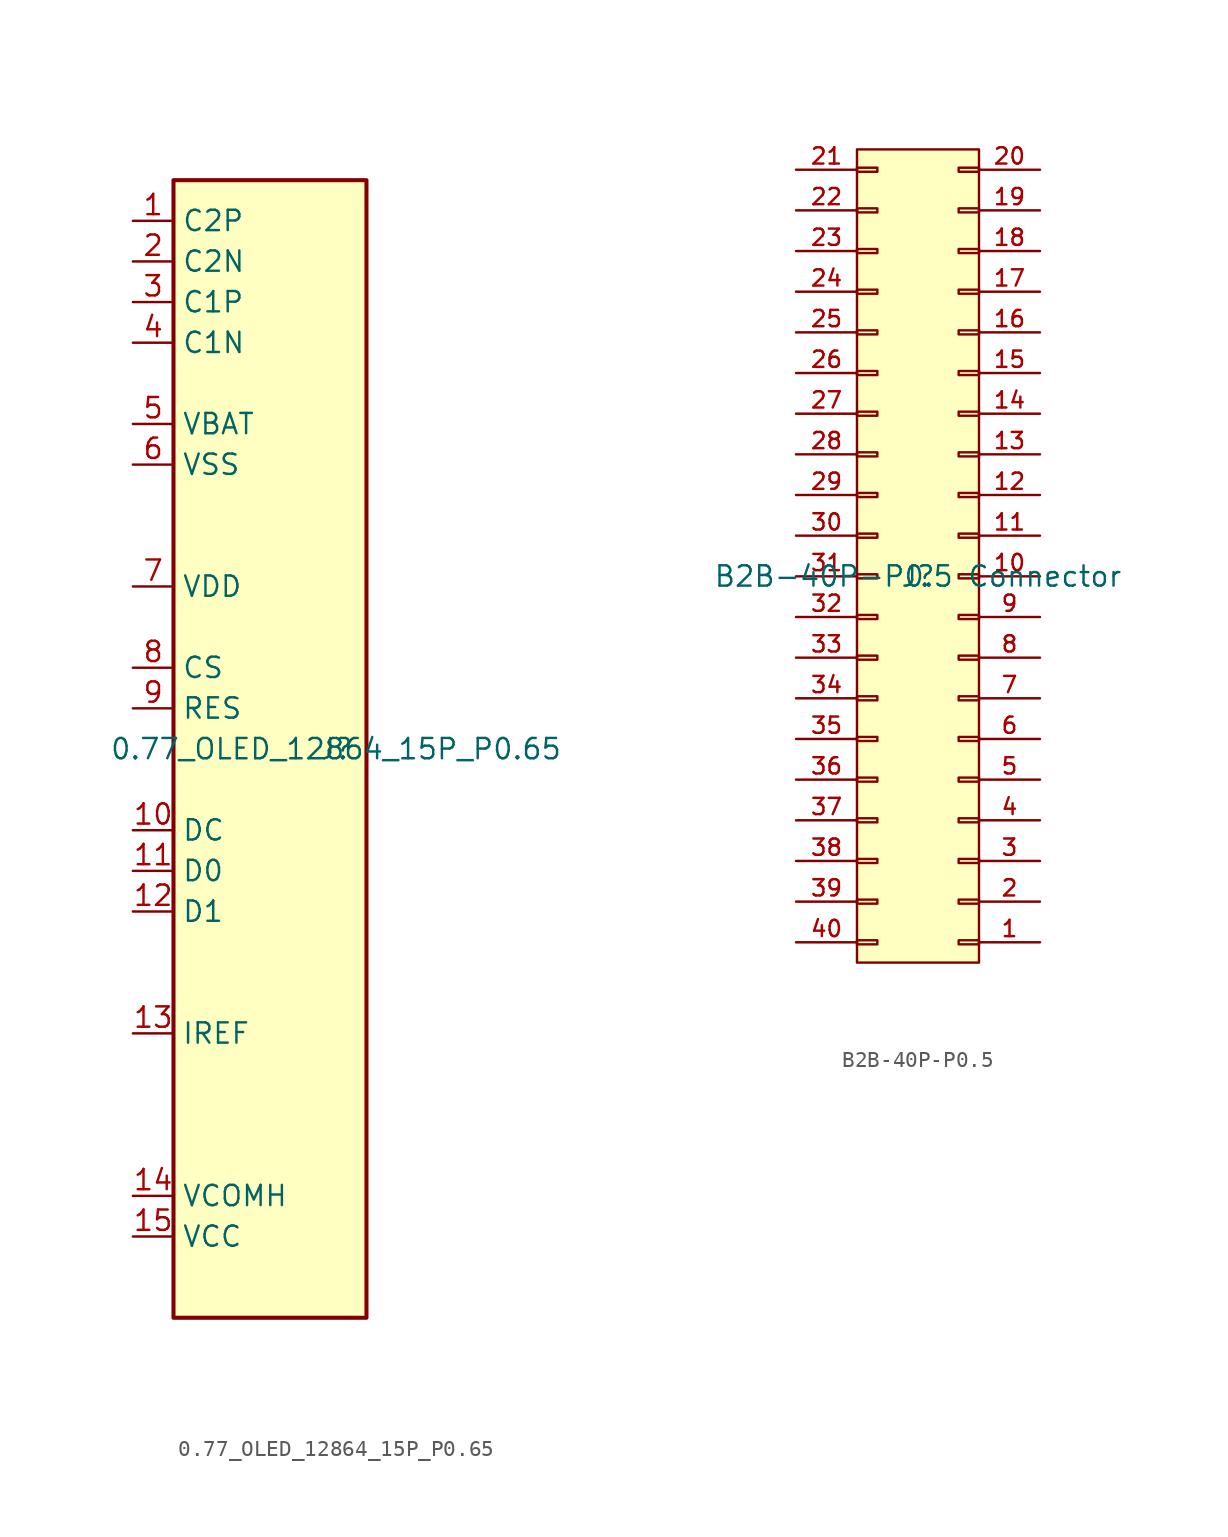
<source format=kicad_sym>
(kicad_symbol_lib
  (version 20231120)
  (generator "kicad_symbol_editor")
  (generator_version "8.0")
  (symbol "0.77_OLED_12864_15P_P0.65"
    (property "Reference" "J"
      (at 0 0 0)
      (effects (font (size 1.27 1.27))))
    (property "Value" "0.77_OLED_12864_15P_P0.65"
      (at 0 0 0)
      (effects (font (size 1.27 1.27))))
    (symbol "0.77_OLED_12864_15P_P0.65_0_1"
      (rectangle (start -10.16 35.56) (end 1.905 -35.56) (stroke (width 0.254) (type default)) (fill (type background))))
    (symbol "0.77_OLED_12864_15P_P0.65_1_1"
      (pin passive line (at -12.7 33.02 0) (length 2.54) (name "C2P" (effects (font (size 1.27 1.27)))) (number "1" (effects (font (size 1.27 1.27)))))
      (pin bidirectional line (at -12.7 -5.08 0) (length 2.54) (name "DC" (effects (font (size 1.27 1.27)))) (number "10" (effects (font (size 1.27 1.27)))))
      (pin bidirectional line (at -12.7 -7.62 0) (length 2.54) (name "D0" (effects (font (size 1.27 1.27)))) (number "11" (effects (font (size 1.27 1.27)))))
      (pin bidirectional line (at -12.7 -10.16 0) (length 2.54) (name "D1" (effects (font (size 1.27 1.27)))) (number "12" (effects (font (size 1.27 1.27)))))
      (pin input line (at -12.7 -17.78 0) (length 2.54) (name "IREF" (effects (font (size 1.27 1.27)))) (number "13" (effects (font (size 1.27 1.27)))))
      (pin passive line (at -12.7 -27.94 0) (length 2.54) (name "VCOMH" (effects (font (size 1.27 1.27)))) (number "14" (effects (font (size 1.27 1.27)))))
      (pin passive line (at -12.7 -30.48 0) (length 2.54) (name "VCC" (effects (font (size 1.27 1.27)))) (number "15" (effects (font (size 1.27 1.27)))))
      (pin passive line (at -12.7 30.48 0) (length 2.54) (name "C2N" (effects (font (size 1.27 1.27)))) (number "2" (effects (font (size 1.27 1.27)))))
      (pin passive line (at -12.7 27.94 0) (length 2.54) (name "C1P" (effects (font (size 1.27 1.27)))) (number "3" (effects (font (size 1.27 1.27)))))
      (pin passive line (at -12.7 25.4 0) (length 2.54) (name "C1N" (effects (font (size 1.27 1.27)))) (number "4" (effects (font (size 1.27 1.27)))))
      (pin input line (at -12.7 20.32 0) (length 2.54) (name "VBAT" (effects (font (size 1.27 1.27)))) (number "5" (effects (font (size 1.27 1.27)))))
      (pin input line (at -12.7 17.78 0) (length 2.54) (name "VSS" (effects (font (size 1.27 1.27)))) (number "6" (effects (font (size 1.27 1.27)))))
      (pin input line (at -12.7 10.16 0) (length 2.54) (name "VDD" (effects (font (size 1.27 1.27)))) (number "7" (effects (font (size 1.27 1.27)))))
      (pin input line (at -12.7 5.08 0) (length 2.54) (name "CS" (effects (font (size 1.27 1.27)))) (number "8" (effects (font (size 1.27 1.27)))))
      (pin input line (at -12.7 2.54 0) (length 2.54) (name "RES" (effects (font (size 1.27 1.27)))) (number "9" (effects (font (size 1.27 1.27)))))))
  (symbol "B2B-40P-P0.5"
    (property "Reference" "J"
      (at 0 0 0)
      (effects (font (size 1.27 1.27))))
    (property "Value" "B2B-40P-P0.5 Connector"
      (at 0 0 0)
      (effects (font (size 1.27 1.27))))
    (symbol "B2B-40P-P0.5_1_1"
      (rectangle (start -3.81 -22.987) (end -2.54 -22.733) (stroke (width 0.152) (type default)) (fill (type none)))
      (rectangle (start -3.81 -20.447) (end -2.54 -20.193) (stroke (width 0.152) (type default)) (fill (type none)))
      (rectangle (start -3.81 -17.907) (end -2.54 -17.653) (stroke (width 0.152) (type default)) (fill (type none)))
      (rectangle (start -3.81 -15.367) (end -2.54 -15.113) (stroke (width 0.152) (type default)) (fill (type none)))
      (rectangle (start -3.81 -12.827) (end -2.54 -12.573) (stroke (width 0.152) (type default)) (fill (type none)))
      (rectangle (start -3.81 -10.287) (end -2.54 -10.033) (stroke (width 0.152) (type default)) (fill (type none)))
      (rectangle (start -3.81 -7.747) (end -2.54 -7.493) (stroke (width 0.152) (type default)) (fill (type none)))
      (rectangle (start -3.81 -5.207) (end -2.54 -4.953) (stroke (width 0.152) (type default)) (fill (type none)))
      (rectangle (start -3.81 -2.667) (end -2.54 -2.413) (stroke (width 0.152) (type default)) (fill (type none)))
      (rectangle (start -3.81 -0.127) (end -2.54 0.127) (stroke (width 0.152) (type default)) (fill (type none)))
      (rectangle (start -3.81 26.67) (end 3.81 -24.13) (stroke (width 0) (type default)) (fill (type background)))
      (rectangle (start -2.54 2.667) (end -3.81 2.413) (stroke (width 0.152) (type default)) (fill (type none)))
      (rectangle (start -2.54 5.207) (end -3.81 4.953) (stroke (width 0.152) (type default)) (fill (type none)))
      (rectangle (start -2.54 7.747) (end -3.81 7.493) (stroke (width 0.152) (type default)) (fill (type none)))
      (rectangle (start -2.54 10.287) (end -3.81 10.033) (stroke (width 0.152) (type default)) (fill (type none)))
      (rectangle (start -2.54 12.827) (end -3.81 12.573) (stroke (width 0.152) (type default)) (fill (type none)))
      (rectangle (start -2.54 15.367) (end -3.81 15.113) (stroke (width 0.152) (type default)) (fill (type none)))
      (rectangle (start -2.54 17.907) (end -3.81 17.653) (stroke (width 0.152) (type default)) (fill (type none)))
      (rectangle (start -2.54 20.447) (end -3.81 20.193) (stroke (width 0.152) (type default)) (fill (type none)))
      (rectangle (start -2.54 22.987) (end -3.81 22.733) (stroke (width 0.152) (type default)) (fill (type none)))
      (rectangle (start -2.54 25.527) (end -3.81 25.273) (stroke (width 0.152) (type default)) (fill (type none)))
      (rectangle (start 2.54 0.127) (end 3.81 -0.127) (stroke (width 0.152) (type default)) (fill (type none)))
      (rectangle (start 2.54 2.667) (end 3.81 2.413) (stroke (width 0.152) (type default)) (fill (type none)))
      (rectangle (start 2.54 5.207) (end 3.81 4.953) (stroke (width 0.152) (type default)) (fill (type none)))
      (rectangle (start 2.54 7.747) (end 3.81 7.493) (stroke (width 0.152) (type default)) (fill (type none)))
      (rectangle (start 2.54 10.287) (end 3.81 10.033) (stroke (width 0.152) (type default)) (fill (type none)))
      (rectangle (start 2.54 12.827) (end 3.81 12.573) (stroke (width 0.152) (type default)) (fill (type none)))
      (rectangle (start 2.54 15.367) (end 3.81 15.113) (stroke (width 0.152) (type default)) (fill (type none)))
      (rectangle (start 2.54 17.907) (end 3.81 17.653) (stroke (width 0.152) (type default)) (fill (type none)))
      (rectangle (start 2.54 20.447) (end 3.81 20.193) (stroke (width 0.152) (type default)) (fill (type none)))
      (rectangle (start 2.54 22.987) (end 3.81 22.733) (stroke (width 0.152) (type default)) (fill (type none)))
      (rectangle (start 2.54 25.527) (end 3.81 25.273) (stroke (width 0.152) (type default)) (fill (type none)))
      (rectangle (start 3.81 -22.987) (end 2.54 -22.733) (stroke (width 0.152) (type default)) (fill (type none)))
      (rectangle (start 3.81 -20.447) (end 2.54 -20.193) (stroke (width 0.152) (type default)) (fill (type none)))
      (rectangle (start 3.81 -17.907) (end 2.54 -17.653) (stroke (width 0.152) (type default)) (fill (type none)))
      (rectangle (start 3.81 -15.367) (end 2.54 -15.113) (stroke (width 0.152) (type default)) (fill (type none)))
      (rectangle (start 3.81 -12.827) (end 2.54 -12.573) (stroke (width 0.152) (type default)) (fill (type none)))
      (rectangle (start 3.81 -10.287) (end 2.54 -10.033) (stroke (width 0.152) (type default)) (fill (type none)))
      (rectangle (start 3.81 -7.747) (end 2.54 -7.493) (stroke (width 0.152) (type default)) (fill (type none)))
      (rectangle (start 3.81 -5.207) (end 2.54 -4.953) (stroke (width 0.152) (type default)) (fill (type none)))
      (rectangle (start 3.81 -2.667) (end 2.54 -2.413) (stroke (width 0.152) (type default)) (fill (type none)))
      (pin passive line (at 7.62 -22.86 180) (length 3.81) (name "" (effects (font (size 1.27 1.27)))) (number "1" (effects (font (size 1.016 1.016)))))
      (pin passive line (at 7.62 0 180) (length 3.81) (name "" (effects (font (size 1.27 1.27)))) (number "10" (effects (font (size 1.016 1.016)))))
      (pin passive line (at 7.62 2.54 180) (length 3.81) (name "" (effects (font (size 1.27 1.27)))) (number "11" (effects (font (size 1.016 1.016)))))
      (pin passive line (at 7.62 5.08 180) (length 3.81) (name "" (effects (font (size 1.27 1.27)))) (number "12" (effects (font (size 1.016 1.016)))))
      (pin passive line (at 7.62 7.62 180) (length 3.81) (name "" (effects (font (size 1.27 1.27)))) (number "13" (effects (font (size 1.016 1.016)))))
      (pin passive line (at 7.62 10.16 180) (length 3.81) (name "" (effects (font (size 1.27 1.27)))) (number "14" (effects (font (size 1.016 1.016)))))
      (pin passive line (at 7.62 12.7 180) (length 3.81) (name "" (effects (font (size 1.27 1.27)))) (number "15" (effects (font (size 1.016 1.016)))))
      (pin passive line (at 7.62 15.24 180) (length 3.81) (name "" (effects (font (size 1.27 1.27)))) (number "16" (effects (font (size 1.016 1.016)))))
      (pin passive line (at 7.62 17.78 180) (length 3.81) (name "" (effects (font (size 1.27 1.27)))) (number "17" (effects (font (size 1.016 1.016)))))
      (pin passive line (at 7.62 20.32 180) (length 3.81) (name "" (effects (font (size 1.27 1.27)))) (number "18" (effects (font (size 1.016 1.016)))))
      (pin passive line (at 7.62 22.86 180) (length 3.81) (name "" (effects (font (size 1.27 1.27)))) (number "19" (effects (font (size 1.016 1.016)))))
      (pin passive line (at 7.62 -20.32 180) (length 3.81) (name "" (effects (font (size 1.27 1.27)))) (number "2" (effects (font (size 1.016 1.016)))))
      (pin passive line (at 7.62 25.4 180) (length 3.81) (name "" (effects (font (size 1.27 1.27)))) (number "20" (effects (font (size 1.016 1.016)))))
      (pin passive line (at -7.62 25.4 0) (length 3.81) (name "" (effects (font (size 1.27 1.27)))) (number "21" (effects (font (size 1.016 1.016)))))
      (pin passive line (at -7.62 22.86 0) (length 3.81) (name "" (effects (font (size 1.27 1.27)))) (number "22" (effects (font (size 1.016 1.016)))))
      (pin passive line (at -7.62 20.32 0) (length 3.81) (name "" (effects (font (size 1.27 1.27)))) (number "23" (effects (font (size 1.016 1.016)))))
      (pin passive line (at -7.62 17.78 0) (length 3.81) (name "" (effects (font (size 1.27 1.27)))) (number "24" (effects (font (size 1.016 1.016)))))
      (pin passive line (at -7.62 15.24 0) (length 3.81) (name "" (effects (font (size 1.27 1.27)))) (number "25" (effects (font (size 1.016 1.016)))))
      (pin passive line (at -7.62 12.7 0) (length 3.81) (name "" (effects (font (size 1.27 1.27)))) (number "26" (effects (font (size 1.016 1.016)))))
      (pin passive line (at -7.62 10.16 0) (length 3.81) (name "" (effects (font (size 1.27 1.27)))) (number "27" (effects (font (size 1.016 1.016)))))
      (pin passive line (at -7.62 7.62 0) (length 3.81) (name "" (effects (font (size 1.27 1.27)))) (number "28" (effects (font (size 1.016 1.016)))))
      (pin passive line (at -7.62 5.08 0) (length 3.81) (name "" (effects (font (size 1.27 1.27)))) (number "29" (effects (font (size 1.016 1.016)))))
      (pin passive line (at 7.62 -17.78 180) (length 3.81) (name "" (effects (font (size 1.27 1.27)))) (number "3" (effects (font (size 1.016 1.016)))))
      (pin passive line (at -7.62 2.54 0) (length 3.81) (name "" (effects (font (size 1.27 1.27)))) (number "30" (effects (font (size 1.016 1.016)))))
      (pin passive line (at -7.62 0 0) (length 3.81) (name "" (effects (font (size 1.27 1.27)))) (number "31" (effects (font (size 1.016 1.016)))))
      (pin passive line (at -7.62 -2.54 0) (length 3.81) (name "" (effects (font (size 1.27 1.27)))) (number "32" (effects (font (size 1.016 1.016)))))
      (pin passive line (at -7.62 -5.08 0) (length 3.81) (name "" (effects (font (size 1.27 1.27)))) (number "33" (effects (font (size 1.016 1.016)))))
      (pin passive line (at -7.62 -7.62 0) (length 3.81) (name "" (effects (font (size 1.27 1.27)))) (number "34" (effects (font (size 1.016 1.016)))))
      (pin passive line (at -7.62 -10.16 0) (length 3.81) (name "" (effects (font (size 1.27 1.27)))) (number "35" (effects (font (size 1.016 1.016)))))
      (pin passive line (at -7.62 -12.7 0) (length 3.81) (name "" (effects (font (size 1.27 1.27)))) (number "36" (effects (font (size 1.016 1.016)))))
      (pin passive line (at -7.62 -15.24 0) (length 3.81) (name "" (effects (font (size 1.27 1.27)))) (number "37" (effects (font (size 1.016 1.016)))))
      (pin passive line (at -7.62 -17.78 0) (length 3.81) (name "" (effects (font (size 1.27 1.27)))) (number "38" (effects (font (size 1.016 1.016)))))
      (pin passive line (at -7.62 -20.32 0) (length 3.81) (name "" (effects (font (size 1.27 1.27)))) (number "39" (effects (font (size 1.016 1.016)))))
      (pin passive line (at 7.62 -15.24 180) (length 3.81) (name "" (effects (font (size 1.27 1.27)))) (number "4" (effects (font (size 1.016 1.016)))))
      (pin passive line (at -7.62 -22.86 0) (length 3.81) (name "" (effects (font (size 1.27 1.27)))) (number "40" (effects (font (size 1.016 1.016)))))
      (pin passive line (at 7.62 -12.7 180) (length 3.81) (name "" (effects (font (size 1.27 1.27)))) (number "5" (effects (font (size 1.016 1.016)))))
      (pin passive line (at 7.62 -10.16 180) (length 3.81) (name "" (effects (font (size 1.27 1.27)))) (number "6" (effects (font (size 1.016 1.016)))))
      (pin passive line (at 7.62 -7.62 180) (length 3.81) (name "" (effects (font (size 1.27 1.27)))) (number "7" (effects (font (size 1.016 1.016)))))
      (pin passive line (at 7.62 -5.08 180) (length 3.81) (name "" (effects (font (size 1.27 1.27)))) (number "8" (effects (font (size 1.016 1.016)))))
      (pin passive line (at 7.62 -2.54 180) (length 3.81) (name "" (effects (font (size 1.27 1.27)))) (number "9" (effects (font (size 1.016 1.016))))))))
</source>
